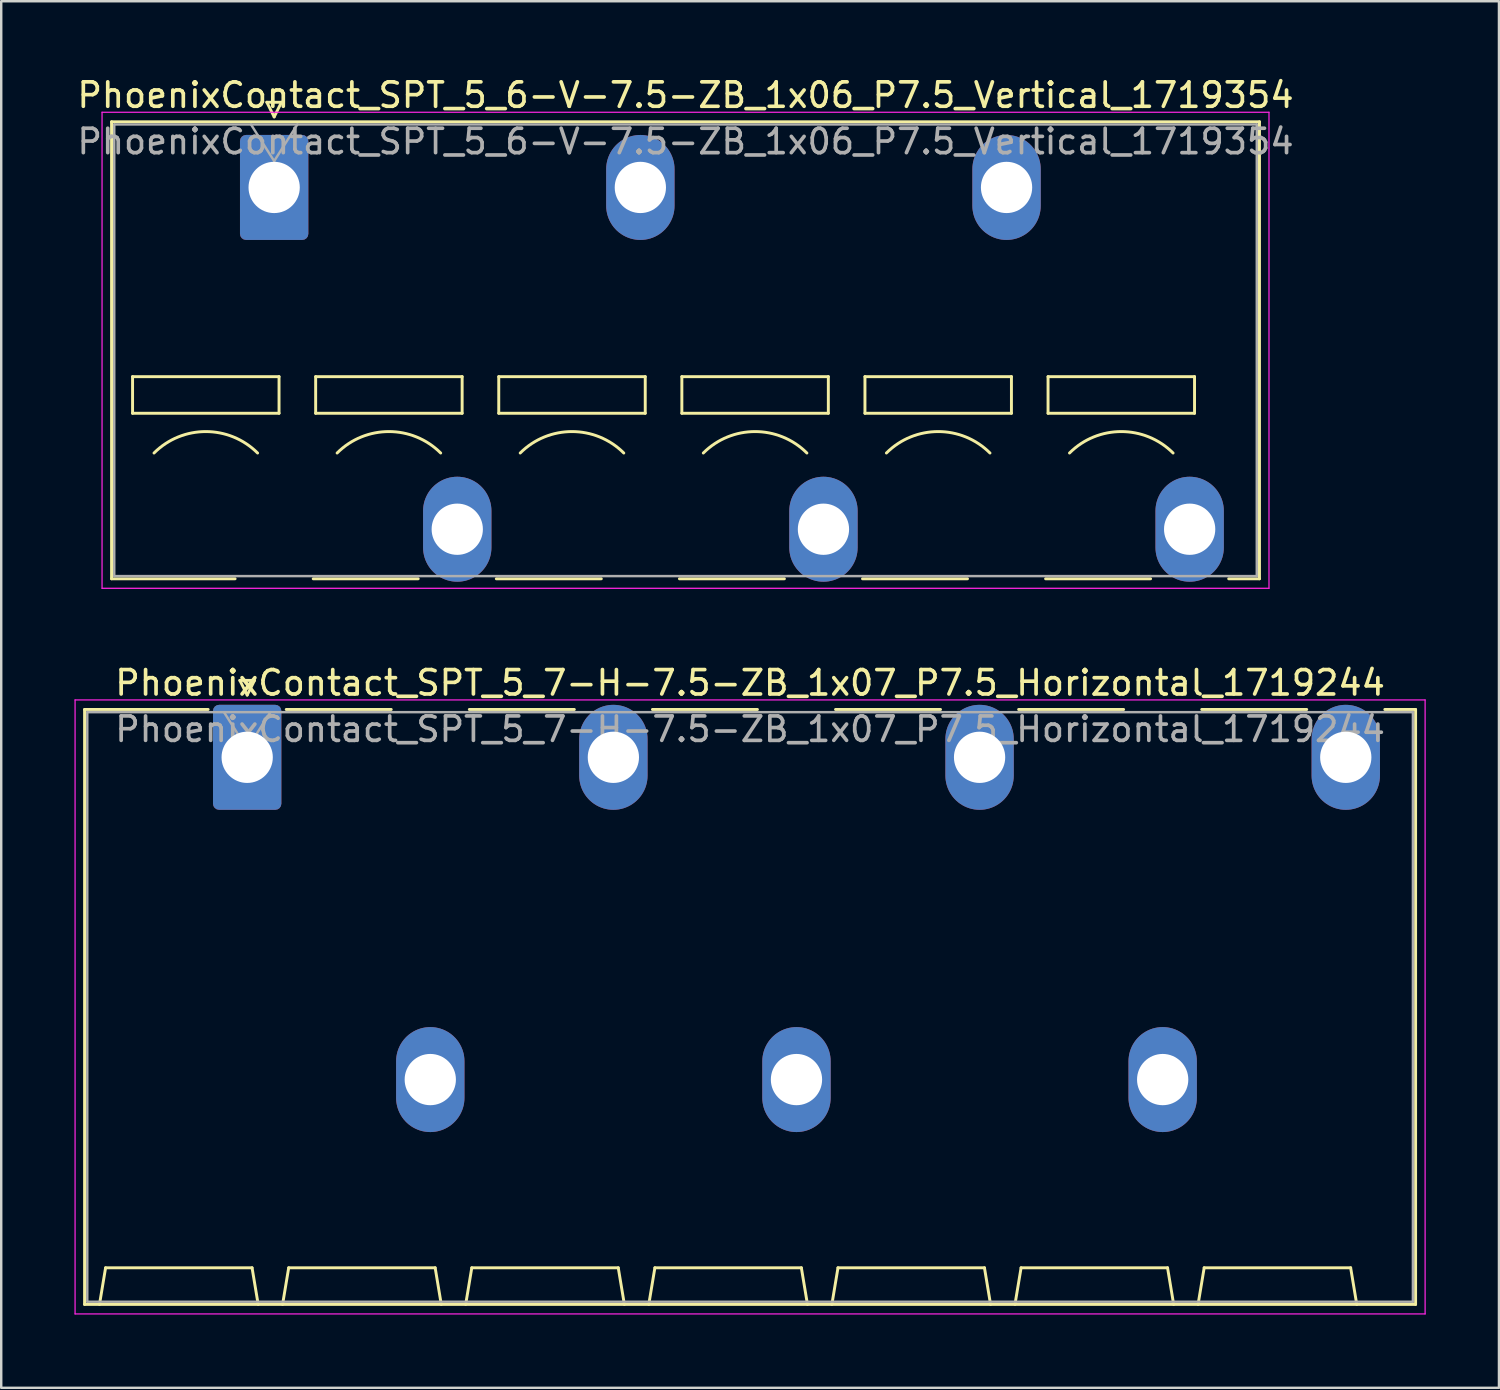
<source format=kicad_pcb>
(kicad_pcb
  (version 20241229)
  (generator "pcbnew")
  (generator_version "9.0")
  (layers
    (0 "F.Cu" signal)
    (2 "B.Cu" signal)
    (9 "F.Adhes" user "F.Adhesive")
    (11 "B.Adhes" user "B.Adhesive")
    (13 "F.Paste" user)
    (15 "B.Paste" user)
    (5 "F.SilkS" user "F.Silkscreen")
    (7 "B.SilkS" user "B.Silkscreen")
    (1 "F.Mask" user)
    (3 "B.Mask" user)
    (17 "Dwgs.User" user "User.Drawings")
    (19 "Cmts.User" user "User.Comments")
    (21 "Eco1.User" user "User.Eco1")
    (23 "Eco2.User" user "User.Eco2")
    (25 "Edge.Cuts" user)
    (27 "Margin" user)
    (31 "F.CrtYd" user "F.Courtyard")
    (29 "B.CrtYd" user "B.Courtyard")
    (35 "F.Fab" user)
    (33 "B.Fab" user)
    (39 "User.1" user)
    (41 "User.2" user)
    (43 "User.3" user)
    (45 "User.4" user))
  (footprint "PhoenixContact_SPT_5_7-H-7.5-ZB_1x07_P7.5_Horizontal_1719244"
    (layer "F.Cu")
    (at 7.075 27.971)
    (property "Reference" "PhoenixContact_SPT_5_7-H-7.5-ZB_1x07_P7.5_Horizontal_1719244" (at 20.6 -3.05 0) (layer "F.SilkS") (effects (font (size 1 1) (thickness 0.15))))
    (attr through_hole)
    (fp_line (start -6.66 -1.96) (end -1.6 -1.96) (stroke (width 0.12) (type solid)) (layer "F.SilkS"))
    (fp_line (start -6.66 22.41) (end -6.66 -1.96) (stroke (width 0.12) (type solid)) (layer "F.SilkS"))
    (fp_line (start -6.05 22.41) (end -5.8 20.91) (stroke (width 0.12) (type solid)) (layer "F.SilkS"))
    (fp_line (start -5.8 20.91) (end 0.2 20.91) (stroke (width 0.12) (type solid)) (layer "F.SilkS"))
    (fp_line (start -0.3 -3.15) (end 0 -2.55) (stroke (width 0.12) (type solid)) (layer "F.SilkS"))
    (fp_line (start -0.3 -3.15) (end 0.3 -3.15) (stroke (width 0.12) (type solid)) (layer "F.SilkS"))
    (fp_line (start 0.3 -3.15) (end 0 -2.55) (stroke (width 0.12) (type solid)) (layer "F.SilkS"))
    (fp_line (start 0.45 22.41) (end 0.2 20.91) (stroke (width 0.12) (type solid)) (layer "F.SilkS"))
    (fp_line (start 1.45 22.41) (end 1.7 20.91) (stroke (width 0.12) (type solid)) (layer "F.SilkS"))
    (fp_line (start 1.6 -1.96) (end 5.9 -1.96) (stroke (width 0.12) (type solid)) (layer "F.SilkS"))
    (fp_line (start 1.7 20.91) (end 7.7 20.91) (stroke (width 0.12) (type solid)) (layer "F.SilkS"))
    (fp_line (start 7.95 22.41) (end 7.7 20.91) (stroke (width 0.12) (type solid)) (layer "F.SilkS"))
    (fp_line (start 8.95 22.41) (end 9.2 20.91) (stroke (width 0.12) (type solid)) (layer "F.SilkS"))
    (fp_line (start 9.1 -1.96) (end 13.4 -1.96) (stroke (width 0.12) (type solid)) (layer "F.SilkS"))
    (fp_line (start 9.2 20.91) (end 15.2 20.91) (stroke (width 0.12) (type solid)) (layer "F.SilkS"))
    (fp_line (start 15.45 22.41) (end 15.2 20.91) (stroke (width 0.12) (type solid)) (layer "F.SilkS"))
    (fp_line (start 16.45 22.41) (end 16.7 20.91) (stroke (width 0.12) (type solid)) (layer "F.SilkS"))
    (fp_line (start 16.6 -1.96) (end 20.9 -1.96) (stroke (width 0.12) (type solid)) (layer "F.SilkS"))
    (fp_line (start 16.7 20.91) (end 22.7 20.91) (stroke (width 0.12) (type solid)) (layer "F.SilkS"))
    (fp_line (start 22.95 22.41) (end 22.7 20.91) (stroke (width 0.12) (type solid)) (layer "F.SilkS"))
    (fp_line (start 23.95 22.41) (end 24.2 20.91) (stroke (width 0.12) (type solid)) (layer "F.SilkS"))
    (fp_line (start 24.1 -1.96) (end 28.4 -1.96) (stroke (width 0.12) (type solid)) (layer "F.SilkS"))
    (fp_line (start 24.2 20.91) (end 30.2 20.91) (stroke (width 0.12) (type solid)) (layer "F.SilkS"))
    (fp_line (start 30.45 22.41) (end 30.2 20.91) (stroke (width 0.12) (type solid)) (layer "F.SilkS"))
    (fp_line (start 31.45 22.41) (end 31.7 20.91) (stroke (width 0.12) (type solid)) (layer "F.SilkS"))
    (fp_line (start 31.6 -1.96) (end 35.9 -1.96) (stroke (width 0.12) (type solid)) (layer "F.SilkS"))
    (fp_line (start 31.7 20.91) (end 37.7 20.91) (stroke (width 0.12) (type solid)) (layer "F.SilkS"))
    (fp_line (start 37.95 22.41) (end 37.7 20.91) (stroke (width 0.12) (type solid)) (layer "F.SilkS"))
    (fp_line (start 38.95 22.41) (end 39.2 20.91) (stroke (width 0.12) (type solid)) (layer "F.SilkS"))
    (fp_line (start 39.1 -1.96) (end 43.4 -1.96) (stroke (width 0.12) (type solid)) (layer "F.SilkS"))
    (fp_line (start 39.2 20.91) (end 45.2 20.91) (stroke (width 0.12) (type solid)) (layer "F.SilkS"))
    (fp_line (start 45.45 22.41) (end 45.2 20.91) (stroke (width 0.12) (type solid)) (layer "F.SilkS"))
    (fp_line (start 46.6 -1.96) (end 47.86 -1.96) (stroke (width 0.12) (type solid)) (layer "F.SilkS"))
    (fp_line (start 47.86 -1.96) (end 47.86 22.41) (stroke (width 0.12) (type solid)) (layer "F.SilkS"))
    (fp_line (start 47.86 22.41) (end -6.66 22.41) (stroke (width 0.12) (type solid)) (layer "F.SilkS"))
    (fp_line (start -7.05 -2.35) (end -7.05 22.8) (stroke (width 0.05) (type solid)) (layer "F.CrtYd"))
    (fp_line (start -7.05 22.8) (end 48.25 22.8) (stroke (width 0.05) (type solid)) (layer "F.CrtYd"))
    (fp_line (start 48.25 -2.35) (end -7.05 -2.35) (stroke (width 0.05) (type solid)) (layer "F.CrtYd"))
    (fp_line (start 48.25 22.8) (end 48.25 -2.35) (stroke (width 0.05) (type solid)) (layer "F.CrtYd"))
    (fp_line (start -6.55 -1.85) (end -6.55 22.3) (stroke (width 0.1) (type solid)) (layer "F.Fab"))
    (fp_line (start -6.55 22.3) (end 47.75 22.3) (stroke (width 0.1) (type solid)) (layer "F.Fab"))
    (fp_line (start -0.95 -1.85) (end 0 -0.35) (stroke (width 0.1) (type solid)) (layer "F.Fab"))
    (fp_line (start 0.95 -1.85) (end 0 -0.35) (stroke (width 0.1) (type solid)) (layer "F.Fab"))
    (fp_line (start 47.75 -1.85) (end -6.55 -1.85) (stroke (width 0.1) (type solid)) (layer "F.Fab"))
    (fp_line (start 47.75 22.3) (end 47.75 -1.85) (stroke (width 0.1) (type solid)) (layer "F.Fab"))
    (fp_text user "${REFERENCE}" (at 20.6 -1.15 0) (layer "F.Fab") (effects (font (size 1 1) (thickness 0.15))))
    (pad "1" thru_hole roundrect (at 0 0) (size 2.8 4.3) (drill 2.1) (layers "*.Cu" "*.Mask") (roundrect_rratio 0.089))
    (pad "2" thru_hole oval (at 7.5 13.2) (size 2.8 4.3) (drill 2.1) (layers "*.Cu" "*.Mask"))
    (pad "3" thru_hole oval (at 15 0) (size 2.8 4.3) (drill 2.1) (layers "*.Cu" "*.Mask"))
    (pad "4" thru_hole oval (at 22.5 13.2) (size 2.8 4.3) (drill 2.1) (layers "*.Cu" "*.Mask"))
    (pad "5" thru_hole oval (at 30 0) (size 2.8 4.3) (drill 2.1) (layers "*.Cu" "*.Mask"))
    (pad "6" thru_hole oval (at 37.5 13.2) (size 2.8 4.3) (drill 2.1) (layers "*.Cu" "*.Mask"))
    (pad "7" thru_hole oval (at 45 0) (size 2.8 4.3) (drill 2.1) (layers "*.Cu" "*.Mask")))
  (footprint "PhoenixContact_SPT_5_6-V-7.5-ZB_1x06_P7.5_Vertical_1719354"
    (layer "F.Cu")
    (at 8.18 4.628)
    (property "Reference" "PhoenixContact_SPT_5_6-V-7.5-ZB_1x06_P7.5_Vertical_1719354" (at 16.85 -3.78 0) (layer "F.SilkS") (effects (font (size 1 1) (thickness 0.15))))
    (attr through_hole)
    (fp_line (start -6.66 -2.69) (end 40.36 -2.69) (stroke (width 0.12) (type solid)) (layer "F.SilkS"))
    (fp_line (start -6.66 16.03) (end -6.66 -2.69) (stroke (width 0.12) (type solid)) (layer "F.SilkS"))
    (fp_line (start -6.66 16.03) (end -1.6 16.03) (stroke (width 0.12) (type solid)) (layer "F.SilkS"))
    (fp_line (start -5.8 7.75) (end -5.8 9.25) (stroke (width 0.12) (type solid)) (layer "F.SilkS"))
    (fp_line (start -5.8 9.25) (end 0.2 9.25) (stroke (width 0.12) (type solid)) (layer "F.SilkS"))
    (fp_line (start -0.3 -3.49) (end 0 -2.89) (stroke (width 0.12) (type solid)) (layer "F.SilkS"))
    (fp_line (start -0.3 -3.49) (end 0.3 -3.49) (stroke (width 0.12) (type solid)) (layer "F.SilkS"))
    (fp_line (start 0.2 7.75) (end -5.8 7.75) (stroke (width 0.12) (type solid)) (layer "F.SilkS"))
    (fp_line (start 0.2 9.25) (end 0.2 7.75) (stroke (width 0.12) (type solid)) (layer "F.SilkS"))
    (fp_line (start 0.3 -3.49) (end 0 -2.89) (stroke (width 0.12) (type solid)) (layer "F.SilkS"))
    (fp_line (start 1.6 16.03) (end 5.9 16.03) (stroke (width 0.12) (type solid)) (layer "F.SilkS"))
    (fp_line (start 1.7 7.75) (end 1.7 9.25) (stroke (width 0.12) (type solid)) (layer "F.SilkS"))
    (fp_line (start 1.7 9.25) (end 7.7 9.25) (stroke (width 0.12) (type solid)) (layer "F.SilkS"))
    (fp_line (start 7.7 7.75) (end 1.7 7.75) (stroke (width 0.12) (type solid)) (layer "F.SilkS"))
    (fp_line (start 7.7 9.25) (end 7.7 7.75) (stroke (width 0.12) (type solid)) (layer "F.SilkS"))
    (fp_line (start 9.1 16.03) (end 13.4 16.03) (stroke (width 0.12) (type solid)) (layer "F.SilkS"))
    (fp_line (start 9.2 7.75) (end 9.2 9.25) (stroke (width 0.12) (type solid)) (layer "F.SilkS"))
    (fp_line (start 9.2 9.25) (end 15.2 9.25) (stroke (width 0.12) (type solid)) (layer "F.SilkS"))
    (fp_line (start 15.2 7.75) (end 9.2 7.75) (stroke (width 0.12) (type solid)) (layer "F.SilkS"))
    (fp_line (start 15.2 9.25) (end 15.2 7.75) (stroke (width 0.12) (type solid)) (layer "F.SilkS"))
    (fp_line (start 16.6 16.03) (end 20.9 16.03) (stroke (width 0.12) (type solid)) (layer "F.SilkS"))
    (fp_line (start 16.7 7.75) (end 16.7 9.25) (stroke (width 0.12) (type solid)) (layer "F.SilkS"))
    (fp_line (start 16.7 9.25) (end 22.7 9.25) (stroke (width 0.12) (type solid)) (layer "F.SilkS"))
    (fp_line (start 22.7 7.75) (end 16.7 7.75) (stroke (width 0.12) (type solid)) (layer "F.SilkS"))
    (fp_line (start 22.7 9.25) (end 22.7 7.75) (stroke (width 0.12) (type solid)) (layer "F.SilkS"))
    (fp_line (start 24.1 16.03) (end 28.4 16.03) (stroke (width 0.12) (type solid)) (layer "F.SilkS"))
    (fp_line (start 24.2 7.75) (end 24.2 9.25) (stroke (width 0.12) (type solid)) (layer "F.SilkS"))
    (fp_line (start 24.2 9.25) (end 30.2 9.25) (stroke (width 0.12) (type solid)) (layer "F.SilkS"))
    (fp_line (start 30.2 7.75) (end 24.2 7.75) (stroke (width 0.12) (type solid)) (layer "F.SilkS"))
    (fp_line (start 30.2 9.25) (end 30.2 7.75) (stroke (width 0.12) (type solid)) (layer "F.SilkS"))
    (fp_line (start 31.6 16.03) (end 35.9 16.03) (stroke (width 0.12) (type solid)) (layer "F.SilkS"))
    (fp_line (start 31.7 7.75) (end 31.7 9.25) (stroke (width 0.12) (type solid)) (layer "F.SilkS"))
    (fp_line (start 31.7 9.25) (end 37.7 9.25) (stroke (width 0.12) (type solid)) (layer "F.SilkS"))
    (fp_line (start 37.7 7.75) (end 31.7 7.75) (stroke (width 0.12) (type solid)) (layer "F.SilkS"))
    (fp_line (start 37.7 9.25) (end 37.7 7.75) (stroke (width 0.12) (type solid)) (layer "F.SilkS"))
    (fp_line (start 39.1 16.03) (end 40.36 16.03) (stroke (width 0.12) (type solid)) (layer "F.SilkS"))
    (fp_line (start 40.36 -2.69) (end 40.36 16.03) (stroke (width 0.12) (type solid)) (layer "F.SilkS"))
    (fp_arc (start -4.92132 10.87868) (mid -2.8 10) (end -0.67868 10.87868) (stroke (width 0.12) (type solid)) (layer "F.SilkS"))
    (fp_arc (start 2.57868 10.87868) (mid 4.7 10) (end 6.82132 10.87868) (stroke (width 0.12) (type solid)) (layer "F.SilkS"))
    (fp_arc (start 10.07868 10.87868) (mid 12.2 10) (end 14.32132 10.87868) (stroke (width 0.12) (type solid)) (layer "F.SilkS"))
    (fp_arc (start 17.57868 10.87868) (mid 19.7 10) (end 21.82132 10.87868) (stroke (width 0.12) (type solid)) (layer "F.SilkS"))
    (fp_arc (start 25.07868 10.87868) (mid 27.2 10) (end 29.32132 10.87868) (stroke (width 0.12) (type solid)) (layer "F.SilkS"))
    (fp_arc (start 32.57868 10.87868) (mid 34.7 10) (end 36.82132 10.87868) (stroke (width 0.12) (type solid)) (layer "F.SilkS"))
    (fp_line (start -7.05 -3.08) (end -7.05 16.42) (stroke (width 0.05) (type solid)) (layer "F.CrtYd"))
    (fp_line (start -7.05 16.42) (end 40.75 16.42) (stroke (width 0.05) (type solid)) (layer "F.CrtYd"))
    (fp_line (start 40.75 -3.08) (end -7.05 -3.08) (stroke (width 0.05) (type solid)) (layer "F.CrtYd"))
    (fp_line (start 40.75 16.42) (end 40.75 -3.08) (stroke (width 0.05) (type solid)) (layer "F.CrtYd"))
    (fp_line (start -6.55 -2.58) (end -6.55 15.92) (stroke (width 0.1) (type solid)) (layer "F.Fab"))
    (fp_line (start -6.55 15.92) (end 40.25 15.92) (stroke (width 0.1) (type solid)) (layer "F.Fab"))
    (fp_line (start -0.95 -2.58) (end 0 -1.08) (stroke (width 0.1) (type solid)) (layer "F.Fab"))
    (fp_line (start 0.95 -2.58) (end 0 -1.08) (stroke (width 0.1) (type solid)) (layer "F.Fab"))
    (fp_line (start 40.25 -2.58) (end -6.55 -2.58) (stroke (width 0.1) (type solid)) (layer "F.Fab"))
    (fp_line (start 40.25 15.92) (end 40.25 -2.58) (stroke (width 0.1) (type solid)) (layer "F.Fab"))
    (fp_text user "${REFERENCE}" (at 16.85 -1.88 0) (layer "F.Fab") (effects (font (size 1 1) (thickness 0.15))))
    (pad "1" thru_hole roundrect (at 0 0) (size 2.8 4.3) (drill 2.1) (layers "*.Cu" "*.Mask") (roundrect_rratio 0.089))
    (pad "2" thru_hole oval (at 7.5 14) (size 2.8 4.3) (drill 2.1) (layers "*.Cu" "*.Mask"))
    (pad "3" thru_hole oval (at 15 0) (size 2.8 4.3) (drill 2.1) (layers "*.Cu" "*.Mask"))
    (pad "4" thru_hole oval (at 22.5 14) (size 2.8 4.3) (drill 2.1) (layers "*.Cu" "*.Mask"))
    (pad "5" thru_hole oval (at 30 0) (size 2.8 4.3) (drill 2.1) (layers "*.Cu" "*.Mask"))
    (pad "6" thru_hole oval (at 37.5 14) (size 2.8 4.3) (drill 2.1) (layers "*.Cu" "*.Mask")))
  (gr_rect
    (start -3 -3)
    (end 58.35 53.797)
    (stroke (width 0.1) (type default))
    (fill no)
    (layer "Edge.Cuts")))
</source>
